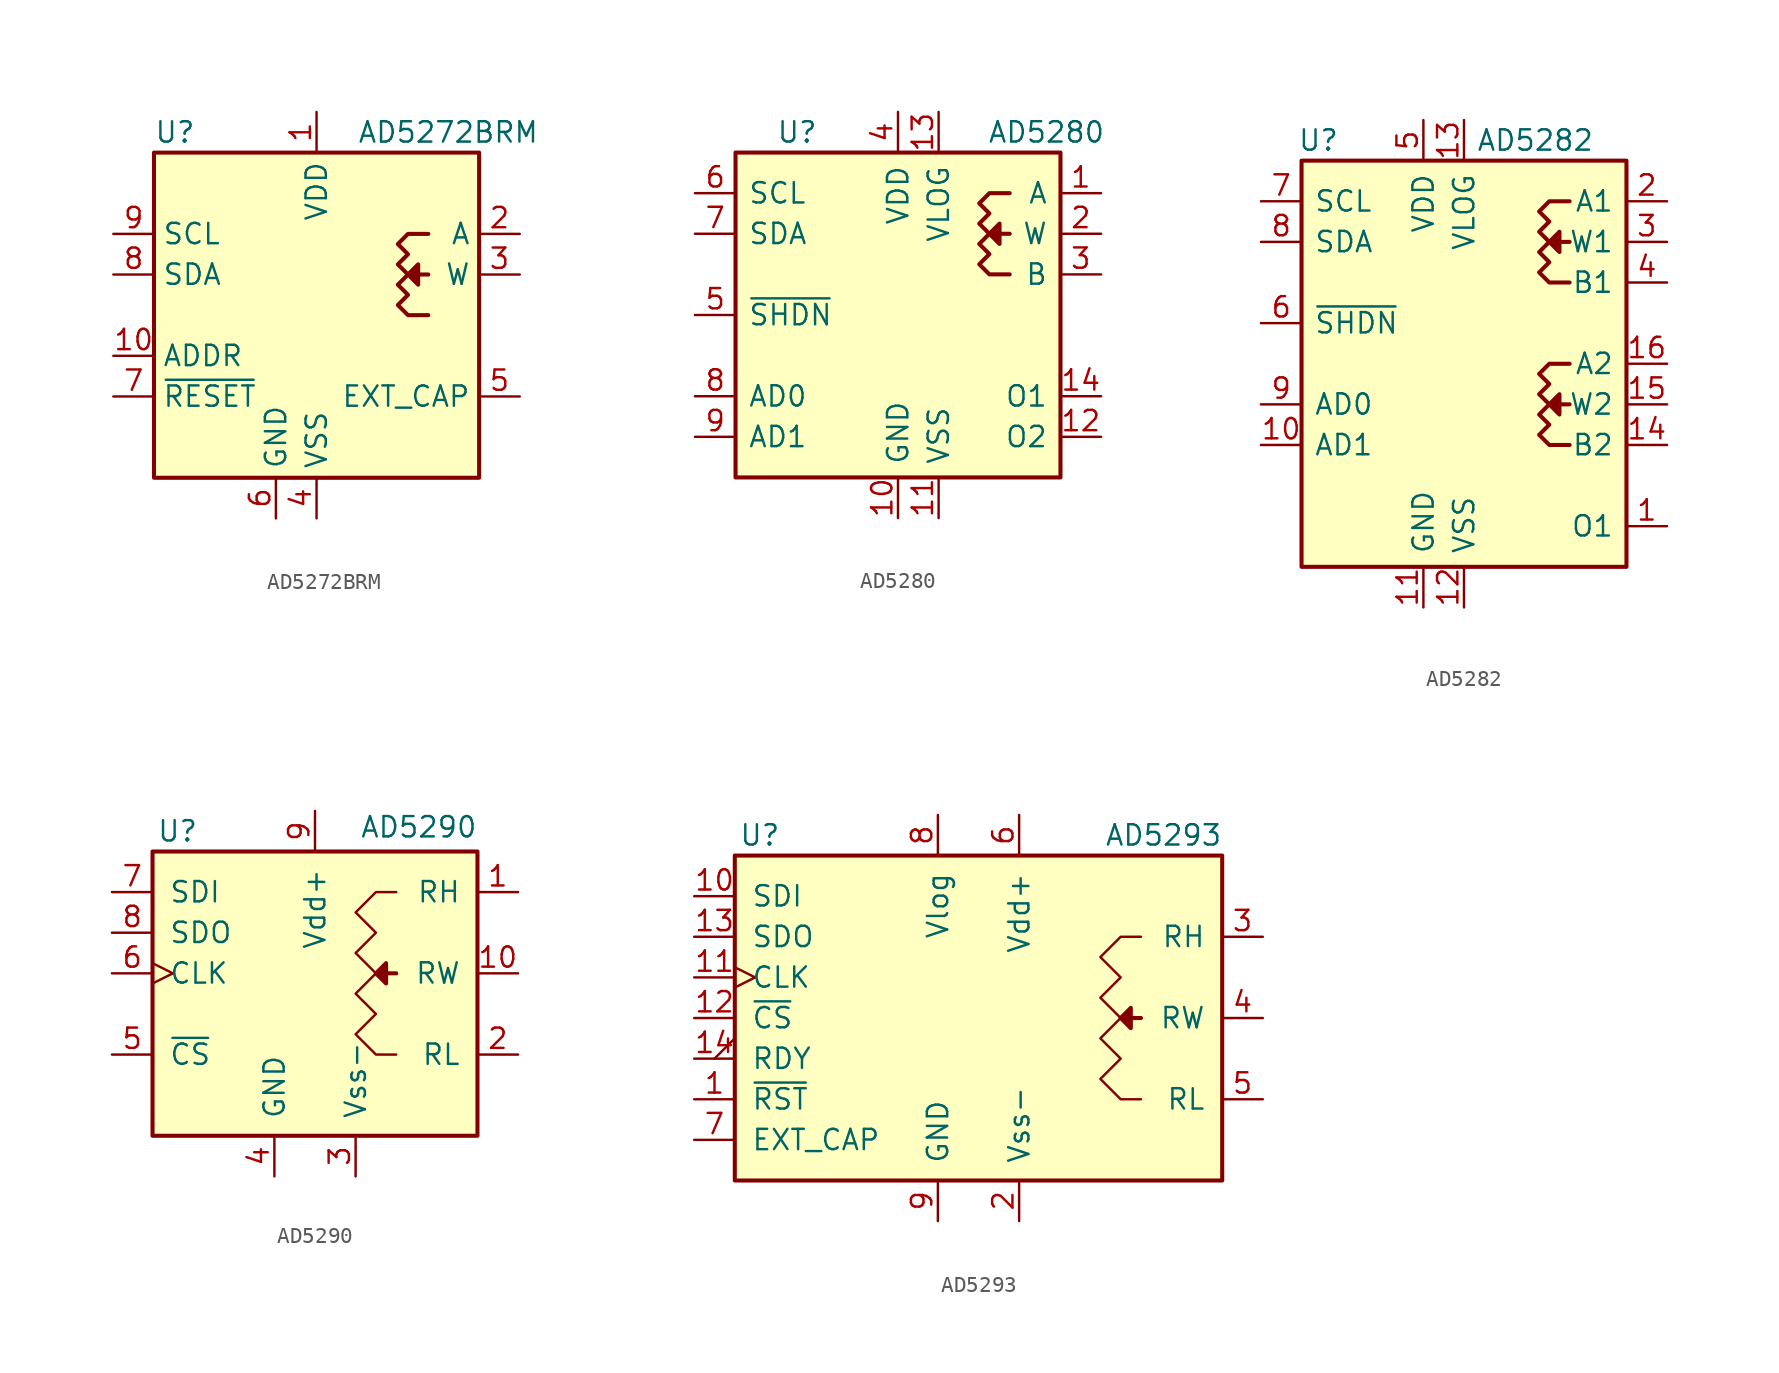
<source format=kicad_sym>
(kicad_symbol_lib
  (version 20201005)
  (generator kicad_symbol_editor)
  (symbol "AD5272BRM"
    (property "Reference" "U"
      (at -10.16 11.43 0)
      (effects (font (size 1.27 1.27)) (justify left)))
    (property "Value" "AD5272BRM"
      (at 2.54 11.43 0)
      (effects (font (size 1.27 1.27)) (justify left)))
    (symbol "AD5272BRM_0_1"
      (rectangle (start -10.16 10.16) (end 10.16 -10.16) (stroke (width 0.254)) (fill (type background)))
      (polyline (pts (xy 6.985 5.08) (xy 5.715 5.08) (xy 5.08 4.445) (xy 5.715 3.81) (xy 5.08 3.175) (xy 5.715 2.54) (xy 5.08 1.905) (xy 5.715 1.27) (xy 5.08 0.635) (xy 5.715 0) (xy 6.985 0)) (stroke (width 0.254)) (fill (type none)))
      (polyline (pts (xy 6.985 2.54) (xy 6.35 2.54) (xy 5.715 2.54) (xy 6.35 3.175) (xy 6.35 1.905) (xy 5.715 2.54)) (stroke (width 0.254)) (fill (type outline))))
    (symbol "AD5272BRM_1_1"
      (pin power_in line (at 0 12.7 270) (length 2.54) (name "VDD" (effects (font (size 1.27 1.27)))) (number "1" (effects (font (size 1.27 1.27)))))
      (pin passive line (at -12.7 -2.54 0) (length 2.54) (name "ADDR" (effects (font (size 1.27 1.27)))) (number "10" (effects (font (size 1.27 1.27)))))
      (pin passive line (at 12.7 5.08 180) (length 2.54) (name "A" (effects (font (size 1.27 1.27)))) (number "2" (effects (font (size 1.27 1.27)))))
      (pin passive line (at 12.7 2.54 180) (length 2.54) (name "W" (effects (font (size 1.27 1.27)))) (number "3" (effects (font (size 1.27 1.27)))))
      (pin power_in line (at 0 -12.7 90) (length 2.54) (name "VSS" (effects (font (size 1.27 1.27)))) (number "4" (effects (font (size 1.27 1.27)))))
      (pin passive line (at 12.7 -5.08 180) (length 2.54) (name "EXT_CAP" (effects (font (size 1.27 1.27)))) (number "5" (effects (font (size 1.27 1.27)))))
      (pin power_in line (at -2.54 -12.7 90) (length 2.54) (name "GND" (effects (font (size 1.27 1.27)))) (number "6" (effects (font (size 1.27 1.27)))))
      (pin input line (at -12.7 -5.08 0) (length 2.54) (name "~RESET" (effects (font (size 1.27 1.27)))) (number "7" (effects (font (size 1.27 1.27)))))
      (pin bidirectional line (at -12.7 2.54 0) (length 2.54) (name "SDA" (effects (font (size 1.27 1.27)))) (number "8" (effects (font (size 1.27 1.27)))))
      (pin input line (at -12.7 5.08 0) (length 2.54) (name "SCL" (effects (font (size 1.27 1.27)))) (number "9" (effects (font (size 1.27 1.27)))))))
  (symbol "AD5280"
    (pin_names
      (offset 0.762))
    (property "Reference" "U"
      (at -7.62 11.43 0)
      (effects (font (size 1.27 1.27)) (justify left)))
    (property "Value" "AD5280"
      (at 5.588 11.43 0)
      (effects (font (size 1.27 1.27)) (justify left)))
    (symbol "AD5280_0_1"
      (rectangle (start -10.16 10.16) (end 10.16 -10.16) (stroke (width 0.254)) (fill (type background)))
      (polyline (pts (xy 6.985 7.62) (xy 5.715 7.62) (xy 5.08 6.985) (xy 5.715 6.35) (xy 5.08 5.715) (xy 5.715 5.08) (xy 5.08 4.445) (xy 5.715 3.81) (xy 5.08 3.175) (xy 5.715 2.54) (xy 6.985 2.54)) (stroke (width 0.254)) (fill (type none)))
      (polyline (pts (xy 6.985 5.08) (xy 6.35 5.08) (xy 5.715 5.08) (xy 6.35 5.715) (xy 6.35 4.445) (xy 5.715 5.08)) (stroke (width 0.254)) (fill (type outline))))
    (symbol "AD5280_1_1"
      (pin passive line (at 12.7 7.62 180) (length 2.54) (name "A" (effects (font (size 1.27 1.27)))) (number "1" (effects (font (size 1.27 1.27)))))
      (pin power_in line (at 0 -12.7 90) (length 2.54) (name "GND" (effects (font (size 1.27 1.27)))) (number "10" (effects (font (size 1.27 1.27)))))
      (pin power_in line (at 2.54 -12.7 90) (length 2.54) (name "VSS" (effects (font (size 1.27 1.27)))) (number "11" (effects (font (size 1.27 1.27)))))
      (pin output line (at 12.7 -7.62 180) (length 2.54) (name "O2" (effects (font (size 1.27 1.27)))) (number "12" (effects (font (size 1.27 1.27)))))
      (pin power_in line (at 2.54 12.7 270) (length 2.54) (name "VLOG" (effects (font (size 1.27 1.27)))) (number "13" (effects (font (size 1.27 1.27)))))
      (pin output line (at 12.7 -5.08 180) (length 2.54) (name "O1" (effects (font (size 1.27 1.27)))) (number "14" (effects (font (size 1.27 1.27)))))
      (pin passive line (at 12.7 5.08 180) (length 2.54) (name "W" (effects (font (size 1.27 1.27)))) (number "2" (effects (font (size 1.27 1.27)))))
      (pin passive line (at 12.7 2.54 180) (length 2.54) (name "B" (effects (font (size 1.27 1.27)))) (number "3" (effects (font (size 1.27 1.27)))))
      (pin power_in line (at 0 12.7 270) (length 2.54) (name "VDD" (effects (font (size 1.27 1.27)))) (number "4" (effects (font (size 1.27 1.27)))))
      (pin input line (at -12.7 0 0) (length 2.54) (name "~SHDN~" (effects (font (size 1.27 1.27)))) (number "5" (effects (font (size 1.27 1.27)))))
      (pin input line (at -12.7 7.62 0) (length 2.54) (name "SCL" (effects (font (size 1.27 1.27)))) (number "6" (effects (font (size 1.27 1.27)))))
      (pin bidirectional line (at -12.7 5.08 0) (length 2.54) (name "SDA" (effects (font (size 1.27 1.27)))) (number "7" (effects (font (size 1.27 1.27)))))
      (pin input line (at -12.7 -5.08 0) (length 2.54) (name "AD0" (effects (font (size 1.27 1.27)))) (number "8" (effects (font (size 1.27 1.27)))))
      (pin input line (at -12.7 -7.62 0) (length 2.54) (name "AD1" (effects (font (size 1.27 1.27)))) (number "9" (effects (font (size 1.27 1.27)))))))
  (symbol "AD5282"
    (pin_names
      (offset 0.762))
    (property "Reference" "U"
      (at -10.414 13.97 0)
      (effects (font (size 1.27 1.27)) (justify left)))
    (property "Value" "AD5282"
      (at 0.762 13.97 0)
      (effects (font (size 1.27 1.27)) (justify left)))
    (symbol "AD5282_0_1"
      (rectangle (start -10.16 12.7) (end 10.16 -12.7) (stroke (width 0.254)) (fill (type background)))
      (polyline (pts (xy 6.604 0) (xy 5.334 0) (xy 4.699 -0.635) (xy 5.334 -1.27) (xy 4.699 -1.905) (xy 5.334 -2.54) (xy 4.699 -3.175) (xy 5.334 -3.81) (xy 4.699 -4.445) (xy 5.334 -5.08) (xy 6.604 -5.08)) (stroke (width 0.254)) (fill (type none)))
      (polyline (pts (xy 6.604 10.16) (xy 5.334 10.16) (xy 4.699 9.525) (xy 5.334 8.89) (xy 4.699 8.255) (xy 5.334 7.62) (xy 4.699 6.985) (xy 5.334 6.35) (xy 4.699 5.715) (xy 5.334 5.08) (xy 6.604 5.08)) (stroke (width 0.254)) (fill (type none)))
      (polyline (pts (xy 6.604 -2.54) (xy 5.334 -2.54) (xy 5.969 -1.905) (xy 5.969 -3.175) (xy 5.334 -2.54)) (stroke (width 0.254)) (fill (type outline)))
      (polyline (pts (xy 6.604 7.62) (xy 5.334 7.62) (xy 5.969 8.255) (xy 5.969 7.62) (xy 5.969 6.985) (xy 5.334 7.62)) (stroke (width 0.254)) (fill (type outline))))
    (symbol "AD5282_1_1"
      (pin output line (at 12.7 -10.16 180) (length 2.54) (name "O1" (effects (font (size 1.27 1.27)))) (number "1" (effects (font (size 1.27 1.27)))))
      (pin input line (at -12.7 -5.08 0) (length 2.54) (name "AD1" (effects (font (size 1.27 1.27)))) (number "10" (effects (font (size 1.27 1.27)))))
      (pin power_in line (at -2.54 -15.24 90) (length 2.54) (name "GND" (effects (font (size 1.27 1.27)))) (number "11" (effects (font (size 1.27 1.27)))))
      (pin power_in line (at 0 -15.24 90) (length 2.54) (name "VSS" (effects (font (size 1.27 1.27)))) (number "12" (effects (font (size 1.27 1.27)))))
      (pin power_in line (at 0 15.24 270) (length 2.54) (name "VLOG" (effects (font (size 1.27 1.27)))) (number "13" (effects (font (size 1.27 1.27)))))
      (pin passive line (at 12.7 -5.08 180) (length 2.54) (name "B2" (effects (font (size 1.27 1.27)))) (number "14" (effects (font (size 1.27 1.27)))))
      (pin passive line (at 12.7 -2.54 180) (length 2.54) (name "W2" (effects (font (size 1.27 1.27)))) (number "15" (effects (font (size 1.27 1.27)))))
      (pin passive line (at 12.7 0 180) (length 2.54) (name "A2" (effects (font (size 1.27 1.27)))) (number "16" (effects (font (size 1.27 1.27)))))
      (pin passive line (at 12.7 10.16 180) (length 2.54) (name "A1" (effects (font (size 1.27 1.27)))) (number "2" (effects (font (size 1.27 1.27)))))
      (pin passive line (at 12.7 7.62 180) (length 2.54) (name "W1" (effects (font (size 1.27 1.27)))) (number "3" (effects (font (size 1.27 1.27)))))
      (pin passive line (at 12.7 5.08 180) (length 2.54) (name "B1" (effects (font (size 1.27 1.27)))) (number "4" (effects (font (size 1.27 1.27)))))
      (pin power_in line (at -2.54 15.24 270) (length 2.54) (name "VDD" (effects (font (size 1.27 1.27)))) (number "5" (effects (font (size 1.27 1.27)))))
      (pin input line (at -12.7 2.54 0) (length 2.54) (name "~SHDN~" (effects (font (size 1.27 1.27)))) (number "6" (effects (font (size 1.27 1.27)))))
      (pin input line (at -12.7 10.16 0) (length 2.54) (name "SCL" (effects (font (size 1.27 1.27)))) (number "7" (effects (font (size 1.27 1.27)))))
      (pin bidirectional line (at -12.7 7.62 0) (length 2.54) (name "SDA" (effects (font (size 1.27 1.27)))) (number "8" (effects (font (size 1.27 1.27)))))
      (pin input line (at -12.7 -2.54 0) (length 2.54) (name "AD0" (effects (font (size 1.27 1.27)))) (number "9" (effects (font (size 1.27 1.27)))))))
  (symbol "AD5290"
    (pin_names
      (offset 1.016))
    (property "Reference" "U"
      (at -9.906 8.89 0)
      (effects (font (size 1.27 1.27)) (justify left)))
    (property "Value" "AD5290"
      (at 2.794 9.144 0)
      (effects (font (size 1.27 1.27)) (justify left)))
    (symbol "AD5290_0_1"
      (rectangle (start -10.16 7.62) (end 10.16 -10.16) (stroke (width 0.254)) (fill (type background)))
      (polyline (pts (xy 4.445 0) (xy 5.08 0)) (stroke (width 0.254)) (fill (type none)))
      (polyline (pts (xy 5.08 5.08) (xy 3.81 5.08) (xy 2.54 3.81) (xy 3.81 2.54) (xy 2.54 1.27) (xy 3.81 0) (xy 2.54 -1.27) (xy 3.81 -2.54) (xy 2.54 -3.81) (xy 3.81 -5.08) (xy 5.08 -5.08) (xy 5.08 -5.08) (xy 5.08 -5.08)) (stroke (width 0)) (fill (type none)))
      (polyline (pts (xy 3.81 0) (xy 4.445 0.635) (xy 4.445 -0.635) (xy 3.81 0)) (stroke (width 0.254)) (fill (type outline))))
    (symbol "AD5290_1_1"
      (pin passive line (at 12.7 5.08 180) (length 2.54) (name "RH" (effects (font (size 1.27 1.27)))) (number "1" (effects (font (size 1.27 1.27)))))
      (pin passive line (at 12.7 0 180) (length 2.54) (name "RW" (effects (font (size 1.27 1.27)))) (number "10" (effects (font (size 1.27 1.27)))))
      (pin passive line (at 12.7 -5.08 180) (length 2.54) (name "RL" (effects (font (size 1.27 1.27)))) (number "2" (effects (font (size 1.27 1.27)))))
      (pin power_in line (at 2.54 -12.7 90) (length 2.54) (name "Vss-" (effects (font (size 1.27 1.27)))) (number "3" (effects (font (size 1.27 1.27)))))
      (pin power_in line (at -2.54 -12.7 90) (length 2.54) (name "GND" (effects (font (size 1.27 1.27)))) (number "4" (effects (font (size 1.27 1.27)))))
      (pin input line (at -12.7 -5.08 0) (length 2.54) (name "~CS~" (effects (font (size 1.27 1.27)))) (number "5" (effects (font (size 1.27 1.27)))))
      (pin input clock (at -12.7 0 0) (length 2.54) (name "CLK" (effects (font (size 1.27 1.27)))) (number "6" (effects (font (size 1.27 1.27)))))
      (pin input line (at -12.7 5.08 0) (length 2.54) (name "SDI" (effects (font (size 1.27 1.27)))) (number "7" (effects (font (size 1.27 1.27)))))
      (pin output line (at -12.7 2.54 0) (length 2.54) (name "SDO" (effects (font (size 1.27 1.27)))) (number "8" (effects (font (size 1.27 1.27)))))
      (pin power_in line (at 0 10.16 270) (length 2.54) (name "Vdd+" (effects (font (size 1.27 1.27)))) (number "9" (effects (font (size 1.27 1.27)))))))
  (symbol "AD5293"
    (pin_names
      (offset 1.016))
    (property "Reference" "U"
      (at -14.986 11.43 0)
      (effects (font (size 1.27 1.27)) (justify left)))
    (property "Value" "AD5293"
      (at 7.874 11.43 0)
      (effects (font (size 1.27 1.27)) (justify left)))
    (symbol "AD5293_0_1"
      (rectangle (start -15.24 10.16) (end 15.24 -10.16) (stroke (width 0.254)) (fill (type background)))
      (polyline (pts (xy 9.525 0) (xy 10.16 0)) (stroke (width 0.254)) (fill (type none)))
      (polyline (pts (xy 10.16 5.08) (xy 8.89 5.08) (xy 7.62 3.81) (xy 8.89 2.54) (xy 7.62 1.27) (xy 8.89 0) (xy 7.62 -1.27) (xy 8.89 -2.54) (xy 7.62 -3.81) (xy 8.89 -5.08) (xy 10.16 -5.08) (xy 10.16 -5.08) (xy 10.16 -5.08)) (stroke (width 0)) (fill (type none)))
      (polyline (pts (xy 8.89 0) (xy 9.525 0.635) (xy 9.525 -0.635) (xy 8.89 0)) (stroke (width 0.254)) (fill (type outline))))
    (symbol "AD5293_1_1"
      (pin input line (at -17.78 -5.08 0) (length 2.54) (name "~RST~" (effects (font (size 1.27 1.27)))) (number "1" (effects (font (size 1.27 1.27)))))
      (pin input line (at -17.78 7.62 0) (length 2.54) (name "SDI" (effects (font (size 1.27 1.27)))) (number "10" (effects (font (size 1.27 1.27)))))
      (pin input clock (at -17.78 2.54 0) (length 2.54) (name "CLK" (effects (font (size 1.27 1.27)))) (number "11" (effects (font (size 1.27 1.27)))))
      (pin input line (at -17.78 0 0) (length 2.54) (name "~CS~" (effects (font (size 1.27 1.27)))) (number "12" (effects (font (size 1.27 1.27)))))
      (pin output line (at -17.78 5.08 0) (length 2.54) (name "SDO" (effects (font (size 1.27 1.27)))) (number "13" (effects (font (size 1.27 1.27)))))
      (pin open_collector output_low (at -17.78 -2.54 0) (length 2.54) (name "RDY" (effects (font (size 1.27 1.27)))) (number "14" (effects (font (size 1.27 1.27)))))
      (pin power_in line (at 2.54 -12.7 90) (length 2.54) (name "Vss-" (effects (font (size 1.27 1.27)))) (number "2" (effects (font (size 1.27 1.27)))))
      (pin passive line (at 17.78 5.08 180) (length 2.54) (name "RH" (effects (font (size 1.27 1.27)))) (number "3" (effects (font (size 1.27 1.27)))))
      (pin passive line (at 17.78 0 180) (length 2.54) (name "RW" (effects (font (size 1.27 1.27)))) (number "4" (effects (font (size 1.27 1.27)))))
      (pin passive line (at 17.78 -5.08 180) (length 2.54) (name "RL" (effects (font (size 1.27 1.27)))) (number "5" (effects (font (size 1.27 1.27)))))
      (pin power_in line (at 2.54 12.7 270) (length 2.54) (name "Vdd+" (effects (font (size 1.27 1.27)))) (number "6" (effects (font (size 1.27 1.27)))))
      (pin passive line (at -17.78 -7.62 0) (length 2.54) (name "EXT_CAP" (effects (font (size 1.27 1.27)))) (number "7" (effects (font (size 1.27 1.27)))))
      (pin power_in line (at -2.54 12.7 270) (length 2.54) (name "Vlog" (effects (font (size 1.27 1.27)))) (number "8" (effects (font (size 1.27 1.27)))))
      (pin power_in line (at -2.54 -12.7 90) (length 2.54) (name "GND" (effects (font (size 1.27 1.27)))) (number "9" (effects (font (size 1.27 1.27))))))))
</source>
